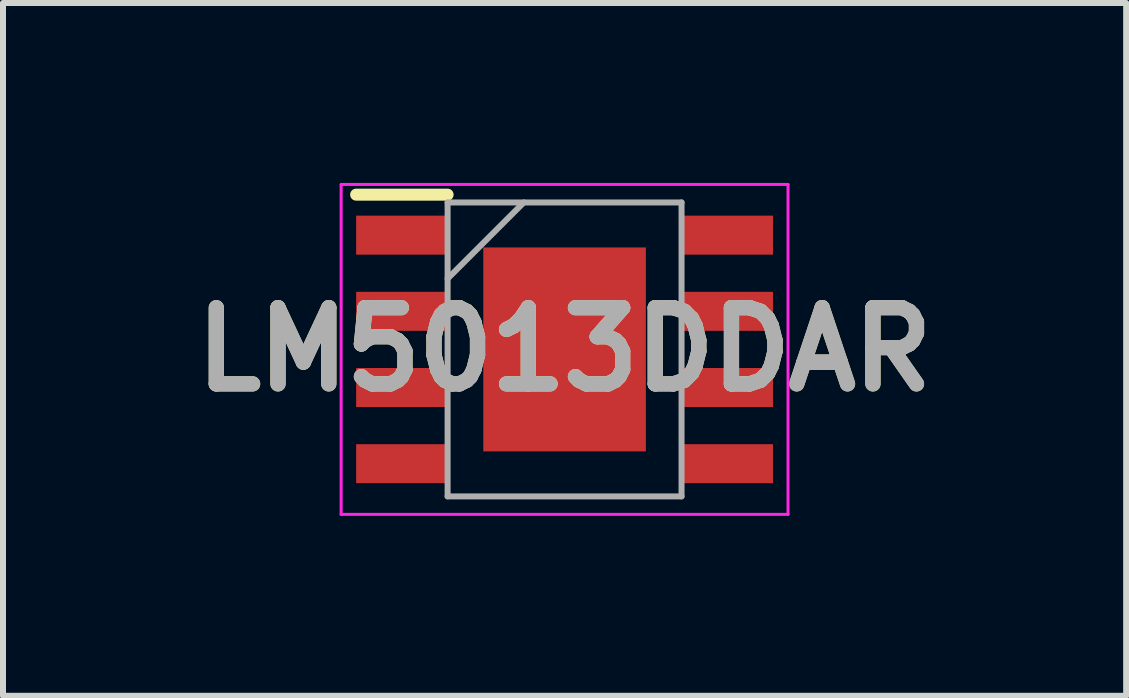
<source format=kicad_pcb>
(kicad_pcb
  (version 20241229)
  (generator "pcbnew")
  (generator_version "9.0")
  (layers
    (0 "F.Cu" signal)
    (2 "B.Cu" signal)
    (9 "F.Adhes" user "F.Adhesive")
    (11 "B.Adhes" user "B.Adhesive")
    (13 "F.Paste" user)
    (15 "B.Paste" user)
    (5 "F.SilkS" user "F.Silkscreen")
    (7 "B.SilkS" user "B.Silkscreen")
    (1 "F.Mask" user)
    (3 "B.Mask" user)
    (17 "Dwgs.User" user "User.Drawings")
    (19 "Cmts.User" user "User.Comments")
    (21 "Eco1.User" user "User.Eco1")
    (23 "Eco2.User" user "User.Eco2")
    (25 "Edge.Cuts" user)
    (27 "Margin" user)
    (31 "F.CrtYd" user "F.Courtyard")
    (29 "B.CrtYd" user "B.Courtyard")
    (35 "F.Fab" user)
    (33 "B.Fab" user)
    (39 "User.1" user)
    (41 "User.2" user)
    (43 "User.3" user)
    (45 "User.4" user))
  (footprint "LM5013DDAR"
    (layer "F.Cu")
    (at 6.362 2.775)
    (property "Reference" "LM5013DDAR" (at 0 0 0) (layer "F.SilkS") (effects (font (size 1.27 1.27) (thickness 0.254))))
    (attr smd)
    (fp_line (start -3.475 -2.58) (end -1.95 -2.58) (stroke (width 0.2) (type solid)) (layer "F.SilkS"))
    (fp_line (start -3.725 -2.75) (end 3.725 -2.75) (stroke (width 0.05) (type solid)) (layer "F.CrtYd"))
    (fp_line (start -3.725 2.75) (end -3.725 -2.75) (stroke (width 0.05) (type solid)) (layer "F.CrtYd"))
    (fp_line (start 3.725 -2.75) (end 3.725 2.75) (stroke (width 0.05) (type solid)) (layer "F.CrtYd"))
    (fp_line (start 3.725 2.75) (end -3.725 2.75) (stroke (width 0.05) (type solid)) (layer "F.CrtYd"))
    (fp_line (start -1.95 -2.45) (end 1.95 -2.45) (stroke (width 0.1) (type solid)) (layer "F.Fab"))
    (fp_line (start -1.95 -1.18) (end -0.68 -2.45) (stroke (width 0.1) (type solid)) (layer "F.Fab"))
    (fp_line (start -1.95 2.45) (end -1.95 -2.45) (stroke (width 0.1) (type solid)) (layer "F.Fab"))
    (fp_line (start 1.95 -2.45) (end 1.95 2.45) (stroke (width 0.1) (type solid)) (layer "F.Fab"))
    (fp_line (start 1.95 2.45) (end -1.95 2.45) (stroke (width 0.1) (type solid)) (layer "F.Fab"))
    (fp_text user "${REFERENCE}" (at 0 0 0) (layer "F.Fab") (effects (font (size 1.27 1.27) (thickness 0.254))))
    (pad "1" smd rect (at -2.712 -1.905 90) (size 0.65 1.525) (layers "F.Cu" "F.Mask" "F.Paste"))
    (pad "2" smd rect (at -2.712 -0.635 90) (size 0.65 1.525) (layers "F.Cu" "F.Mask" "F.Paste"))
    (pad "3" smd rect (at -2.712 0.635 90) (size 0.65 1.525) (layers "F.Cu" "F.Mask" "F.Paste"))
    (pad "4" smd rect (at -2.712 1.905 90) (size 0.65 1.525) (layers "F.Cu" "F.Mask" "F.Paste"))
    (pad "5" smd rect (at 2.712 1.905 90) (size 0.65 1.525) (layers "F.Cu" "F.Mask" "F.Paste"))
    (pad "6" smd rect (at 2.712 0.635 90) (size 0.65 1.525) (layers "F.Cu" "F.Mask" "F.Paste"))
    (pad "7" smd rect (at 2.712 -0.635 90) (size 0.65 1.525) (layers "F.Cu" "F.Mask" "F.Paste"))
    (pad "8" smd rect (at 2.712 -1.905 90) (size 0.65 1.525) (layers "F.Cu" "F.Mask" "F.Paste"))
    (pad "9" smd rect (at 0 0) (size 2.71 3.4) (layers "F.Cu" "F.Mask" "F.Paste")))
  (gr_rect
    (start -3 -3)
    (end 15.724 8.55)
    (stroke (width 0.1) (type default))
    (fill no)
    (layer "Edge.Cuts")))
</source>
